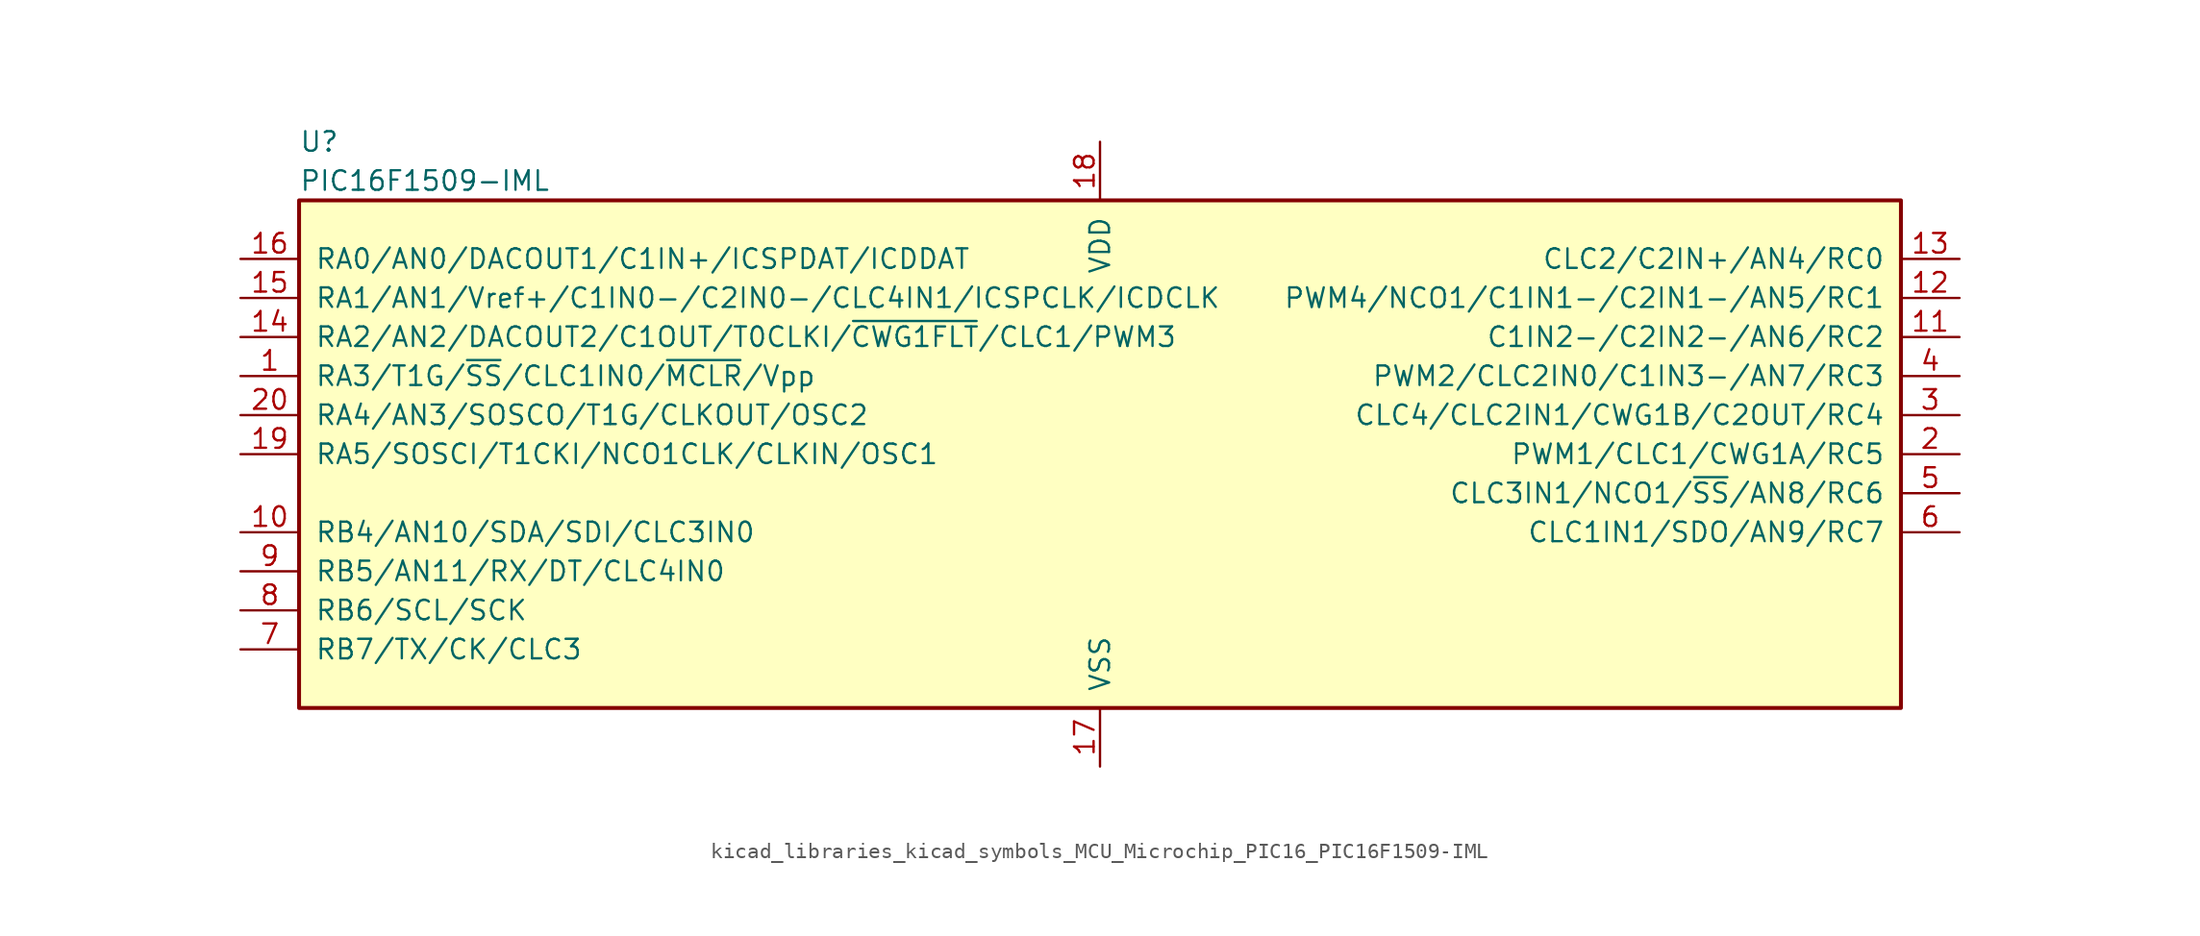
<source format=kicad_sym>
(kicad_symbol_lib
  (version 20220914)
  (generator kicad_symbol_editor)
  (symbol "kicad_libraries_kicad_symbols_MCU_Microchip_PIC16_PIC16F1509-IML"
    (pin_names
      (offset 1.016))
    (property "Reference" "U"
      (at -52.07 20.32 0)
      (effects (font (size 1.27 1.27)) (justify left)))
    (property "Value" "PIC16F1509-IML"
      (at -52.07 17.78 0)
      (effects (font (size 1.27 1.27)) (justify left)))
    (symbol "kicad_libraries_kicad_symbols_MCU_Microchip_PIC16_PIC16F1509-IML_0_1"
      (rectangle (start -52.07 16.51) (end 52.07 -16.51) (stroke (width 0.254) (type default)) (fill (type background))))
    (symbol "kicad_libraries_kicad_symbols_MCU_Microchip_PIC16_PIC16F1509-IML_1_1"
      (pin input line (at -55.88 5.08 0) (length 3.81) (name "RA3/T1G/~{SS}/CLC1IN0/~{MCLR}/Vpp" (effects (font (size 1.27 1.27)))) (number "1" (effects (font (size 1.27 1.27)))))
      (pin bidirectional line (at -55.88 -5.08 0) (length 3.81) (name "RB4/AN10/SDA/SDI/CLC3IN0" (effects (font (size 1.27 1.27)))) (number "10" (effects (font (size 1.27 1.27)))))
      (pin bidirectional line (at 55.88 7.62 180) (length 3.81) (name "C1IN2-/C2IN2-/AN6/RC2" (effects (font (size 1.27 1.27)))) (number "11" (effects (font (size 1.27 1.27)))))
      (pin bidirectional line (at 55.88 10.16 180) (length 3.81) (name "PWM4/NCO1/C1IN1-/C2IN1-/AN5/RC1" (effects (font (size 1.27 1.27)))) (number "12" (effects (font (size 1.27 1.27)))))
      (pin bidirectional line (at 55.88 12.7 180) (length 3.81) (name "CLC2/C2IN+/AN4/RC0" (effects (font (size 1.27 1.27)))) (number "13" (effects (font (size 1.27 1.27)))))
      (pin bidirectional line (at -55.88 7.62 0) (length 3.81) (name "RA2/AN2/DACOUT2/C1OUT/T0CLKI/~{CWG1FLT}/CLC1/PWM3" (effects (font (size 1.27 1.27)))) (number "14" (effects (font (size 1.27 1.27)))))
      (pin bidirectional line (at -55.88 10.16 0) (length 3.81) (name "RA1/AN1/Vref+/C1IN0-/C2IN0-/CLC4IN1/ICSPCLK/ICDCLK" (effects (font (size 1.27 1.27)))) (number "15" (effects (font (size 1.27 1.27)))))
      (pin bidirectional line (at -55.88 12.7 0) (length 3.81) (name "RA0/AN0/DACOUT1/C1IN+/ICSPDAT/ICDDAT" (effects (font (size 1.27 1.27)))) (number "16" (effects (font (size 1.27 1.27)))))
      (pin power_in line (at 0 -20.32 90) (length 3.81) (name "VSS" (effects (font (size 1.27 1.27)))) (number "17" (effects (font (size 1.27 1.27)))))
      (pin power_in line (at 0 20.32 270) (length 3.81) (name "VDD" (effects (font (size 1.27 1.27)))) (number "18" (effects (font (size 1.27 1.27)))))
      (pin bidirectional line (at -55.88 0 0) (length 3.81) (name "RA5/SOSCI/T1CKI/NCO1CLK/CLKIN/OSC1" (effects (font (size 1.27 1.27)))) (number "19" (effects (font (size 1.27 1.27)))))
      (pin bidirectional line (at 55.88 0 180) (length 3.81) (name "PWM1/CLC1/CWG1A/RC5" (effects (font (size 1.27 1.27)))) (number "2" (effects (font (size 1.27 1.27)))))
      (pin bidirectional line (at -55.88 2.54 0) (length 3.81) (name "RA4/AN3/SOSCO/T1G/CLKOUT/OSC2" (effects (font (size 1.27 1.27)))) (number "20" (effects (font (size 1.27 1.27)))))
      (pin bidirectional line (at 55.88 2.54 180) (length 3.81) (name "CLC4/CLC2IN1/CWG1B/C2OUT/RC4" (effects (font (size 1.27 1.27)))) (number "3" (effects (font (size 1.27 1.27)))))
      (pin bidirectional line (at 55.88 5.08 180) (length 3.81) (name "PWM2/CLC2IN0/C1IN3-/AN7/RC3" (effects (font (size 1.27 1.27)))) (number "4" (effects (font (size 1.27 1.27)))))
      (pin bidirectional line (at 55.88 -2.54 180) (length 3.81) (name "CLC3IN1/NCO1/~{SS}/AN8/RC6" (effects (font (size 1.27 1.27)))) (number "5" (effects (font (size 1.27 1.27)))))
      (pin bidirectional line (at 55.88 -5.08 180) (length 3.81) (name "CLC1IN1/SDO/AN9/RC7" (effects (font (size 1.27 1.27)))) (number "6" (effects (font (size 1.27 1.27)))))
      (pin bidirectional line (at -55.88 -12.7 0) (length 3.81) (name "RB7/TX/CK/CLC3" (effects (font (size 1.27 1.27)))) (number "7" (effects (font (size 1.27 1.27)))))
      (pin bidirectional line (at -55.88 -10.16 0) (length 3.81) (name "RB6/SCL/SCK" (effects (font (size 1.27 1.27)))) (number "8" (effects (font (size 1.27 1.27)))))
      (pin bidirectional line (at -55.88 -7.62 0) (length 3.81) (name "RB5/AN11/RX/DT/CLC4IN0" (effects (font (size 1.27 1.27)))) (number "9" (effects (font (size 1.27 1.27))))))))
</source>
